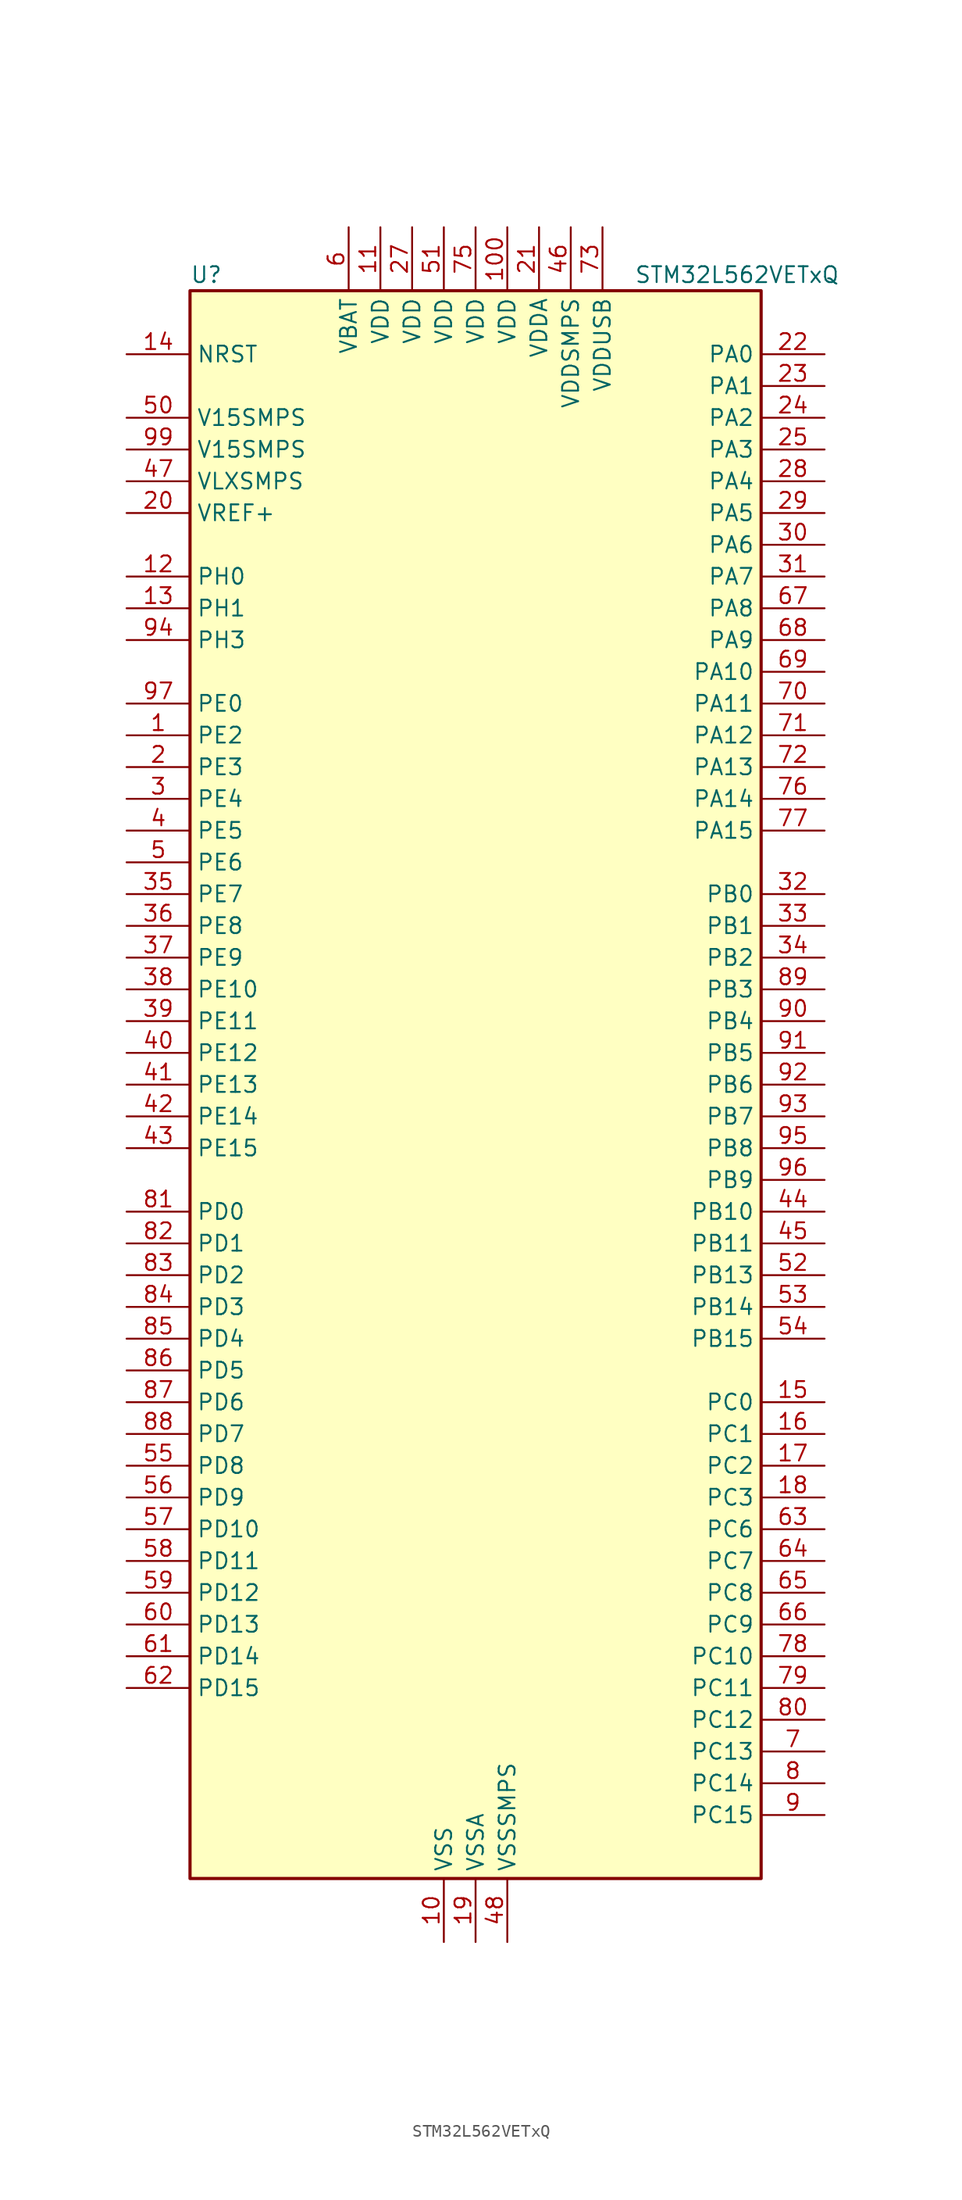
<source format=kicad_sym>
(kicad_symbol_lib
  (version 20241209)
  (generator "kicad_symbol_editor")
  (generator_version "9.0")
  (symbol "STM32L562VETxQ"
    (property "Reference" "U"
      (at -22.86 64.77 0)
      (effects (font (size 1.27 1.27)) (justify left)))
    (property "Value" "STM32L562VETxQ"
      (at 12.7 64.77 0)
      (effects (font (size 1.27 1.27)) (justify left)))
    (symbol "STM32L562VETxQ_0_1"
      (rectangle (start -22.86 -63.5) (end 22.86 63.5) (stroke (width 0.254) (type default)) (fill (type background))))
    (symbol "STM32L562VETxQ_1_1"
      (pin input line (at -27.94 58.42 0) (length 5.08) (name "NRST" (effects (font (size 1.27 1.27)))) (number "14" (effects (font (size 1.27 1.27)))))
      (pin power_in line (at -27.94 53.34 0) (length 5.08) (name "V15SMPS" (effects (font (size 1.27 1.27)))) (number "50" (effects (font (size 1.27 1.27)))))
      (pin power_in line (at -27.94 50.8 0) (length 5.08) (name "V15SMPS" (effects (font (size 1.27 1.27)))) (number "99" (effects (font (size 1.27 1.27)))))
      (pin power_in line (at -27.94 48.26 0) (length 5.08) (name "VLXSMPS" (effects (font (size 1.27 1.27)))) (number "47" (effects (font (size 1.27 1.27)))))
      (pin input line (at -27.94 45.72 0) (length 5.08) (name "VREF+" (effects (font (size 1.27 1.27)))) (number "20" (effects (font (size 1.27 1.27)))) (alternate "VREFBUF_OUT" bidirectional line))
      (pin bidirectional line (at -27.94 40.64 0) (length 5.08) (name "PH0" (effects (font (size 1.27 1.27)))) (number "12" (effects (font (size 1.27 1.27)))) (alternate "RCC_OSC_IN" bidirectional line))
      (pin bidirectional line (at -27.94 38.1 0) (length 5.08) (name "PH1" (effects (font (size 1.27 1.27)))) (number "13" (effects (font (size 1.27 1.27)))) (alternate "RCC_OSC_OUT" bidirectional line))
      (pin bidirectional line (at -27.94 35.56 0) (length 5.08) (name "PH3" (effects (font (size 1.27 1.27)))) (number "94" (effects (font (size 1.27 1.27)))))
      (pin bidirectional line (at -27.94 30.48 0) (length 5.08) (name "PE0" (effects (font (size 1.27 1.27)))) (number "97" (effects (font (size 1.27 1.27)))) (alternate "FMC_NBL0" bidirectional line) (alternate "TIM16_CH1" bidirectional line) (alternate "TIM4_ETR" bidirectional line))
      (pin bidirectional line (at -27.94 27.94 0) (length 5.08) (name "PE2" (effects (font (size 1.27 1.27)))) (number "1" (effects (font (size 1.27 1.27)))) (alternate "DEBUG_TRACECLK" bidirectional line) (alternate "FMC_A23" bidirectional line) (alternate "SAI1_CK1" bidirectional line) (alternate "SAI1_MCLK_A" bidirectional line) (alternate "TIM3_ETR" bidirectional line) (alternate "TSC_G7_IO1" bidirectional line))
      (pin bidirectional line (at -27.94 25.4 0) (length 5.08) (name "PE3" (effects (font (size 1.27 1.27)))) (number "2" (effects (font (size 1.27 1.27)))) (alternate "DEBUG_TRACED0" bidirectional line) (alternate "FMC_A19" bidirectional line) (alternate "OCTOSPI1_DQS" bidirectional line) (alternate "SAI1_SD_B" bidirectional line) (alternate "TIM3_CH1" bidirectional line) (alternate "TSC_G7_IO2" bidirectional line))
      (pin bidirectional line (at -27.94 22.86 0) (length 5.08) (name "PE4" (effects (font (size 1.27 1.27)))) (number "3" (effects (font (size 1.27 1.27)))) (alternate "DEBUG_TRACED1" bidirectional line) (alternate "DFSDM1_DATIN3" bidirectional line) (alternate "FMC_A20" bidirectional line) (alternate "SAI1_D2" bidirectional line) (alternate "SAI1_FS_A" bidirectional line) (alternate "TIM3_CH2" bidirectional line) (alternate "TSC_G7_IO3" bidirectional line))
      (pin bidirectional line (at -27.94 20.32 0) (length 5.08) (name "PE5" (effects (font (size 1.27 1.27)))) (number "4" (effects (font (size 1.27 1.27)))) (alternate "DEBUG_TRACED2" bidirectional line) (alternate "DFSDM1_CKIN3" bidirectional line) (alternate "FMC_A21" bidirectional line) (alternate "SAI1_CK2" bidirectional line) (alternate "SAI1_SCK_A" bidirectional line) (alternate "TIM3_CH3" bidirectional line) (alternate "TSC_G7_IO4" bidirectional line))
      (pin bidirectional line (at -27.94 17.78 0) (length 5.08) (name "PE6" (effects (font (size 1.27 1.27)))) (number "5" (effects (font (size 1.27 1.27)))) (alternate "DEBUG_TRACED3" bidirectional line) (alternate "FMC_A22" bidirectional line) (alternate "PWR_WKUP3" bidirectional line) (alternate "SAI1_D1" bidirectional line) (alternate "SAI1_SD_A" bidirectional line) (alternate "TAMP_IN3" bidirectional line) (alternate "TAMP_OUT6" bidirectional line) (alternate "TIM3_CH4" bidirectional line))
      (pin bidirectional line (at -27.94 15.24 0) (length 5.08) (name "PE7" (effects (font (size 1.27 1.27)))) (number "35" (effects (font (size 1.27 1.27)))) (alternate "DFSDM1_DATIN2" bidirectional line) (alternate "FMC_D4" bidirectional line) (alternate "FMC_DA4" bidirectional line) (alternate "SAI1_SD_B" bidirectional line) (alternate "TIM1_ETR" bidirectional line))
      (pin bidirectional line (at -27.94 12.7 0) (length 5.08) (name "PE8" (effects (font (size 1.27 1.27)))) (number "36" (effects (font (size 1.27 1.27)))) (alternate "DFSDM1_CKIN2" bidirectional line) (alternate "FMC_D5" bidirectional line) (alternate "FMC_DA5" bidirectional line) (alternate "SAI1_SCK_B" bidirectional line) (alternate "TIM1_CH1N" bidirectional line))
      (pin bidirectional line (at -27.94 10.16 0) (length 5.08) (name "PE9" (effects (font (size 1.27 1.27)))) (number "37" (effects (font (size 1.27 1.27)))) (alternate "DAC1_EXTI9" bidirectional line) (alternate "DFSDM1_CKOUT" bidirectional line) (alternate "FMC_D6" bidirectional line) (alternate "FMC_DA6" bidirectional line) (alternate "OCTOSPI1_NCLK" bidirectional line) (alternate "SAI1_FS_B" bidirectional line) (alternate "TIM1_CH1" bidirectional line))
      (pin bidirectional line (at -27.94 7.62 0) (length 5.08) (name "PE10" (effects (font (size 1.27 1.27)))) (number "38" (effects (font (size 1.27 1.27)))) (alternate "FMC_D7" bidirectional line) (alternate "FMC_DA7" bidirectional line) (alternate "OCTOSPI1_CLK" bidirectional line) (alternate "SAI1_MCLK_B" bidirectional line) (alternate "TIM1_CH2N" bidirectional line) (alternate "TSC_G5_IO1" bidirectional line))
      (pin bidirectional line (at -27.94 5.08 0) (length 5.08) (name "PE11" (effects (font (size 1.27 1.27)))) (number "39" (effects (font (size 1.27 1.27)))) (alternate "ADC1_EXTI11" bidirectional line) (alternate "ADC2_EXTI11" bidirectional line) (alternate "FMC_D8" bidirectional line) (alternate "FMC_DA8" bidirectional line) (alternate "OCTOSPI1_NCS" bidirectional line) (alternate "TIM1_CH2" bidirectional line) (alternate "TSC_G5_IO2" bidirectional line))
      (pin bidirectional line (at -27.94 2.54 0) (length 5.08) (name "PE12" (effects (font (size 1.27 1.27)))) (number "40" (effects (font (size 1.27 1.27)))) (alternate "FMC_D9" bidirectional line) (alternate "FMC_DA9" bidirectional line) (alternate "OCTOSPI1_IO0" bidirectional line) (alternate "SPI1_NSS" bidirectional line) (alternate "TIM1_CH3N" bidirectional line) (alternate "TSC_G5_IO3" bidirectional line))
      (pin bidirectional line (at -27.94 0 0) (length 5.08) (name "PE13" (effects (font (size 1.27 1.27)))) (number "41" (effects (font (size 1.27 1.27)))) (alternate "FMC_D10" bidirectional line) (alternate "FMC_DA10" bidirectional line) (alternate "OCTOSPI1_IO1" bidirectional line) (alternate "SPI1_SCK" bidirectional line) (alternate "TIM1_CH3" bidirectional line) (alternate "TSC_G5_IO4" bidirectional line))
      (pin bidirectional line (at -27.94 -2.54 0) (length 5.08) (name "PE14" (effects (font (size 1.27 1.27)))) (number "42" (effects (font (size 1.27 1.27)))) (alternate "FMC_D11" bidirectional line) (alternate "FMC_DA11" bidirectional line) (alternate "OCTOSPI1_IO2" bidirectional line) (alternate "SPI1_MISO" bidirectional line) (alternate "TIM1_BKIN2" bidirectional line) (alternate "TIM1_CH4" bidirectional line))
      (pin bidirectional line (at -27.94 -5.08 0) (length 5.08) (name "PE15" (effects (font (size 1.27 1.27)))) (number "43" (effects (font (size 1.27 1.27)))) (alternate "ADC1_EXTI15" bidirectional line) (alternate "ADC2_EXTI15" bidirectional line) (alternate "FMC_D12" bidirectional line) (alternate "FMC_DA12" bidirectional line) (alternate "OCTOSPI1_IO3" bidirectional line) (alternate "SPI1_MOSI" bidirectional line) (alternate "TIM1_BKIN" bidirectional line))
      (pin bidirectional line (at -27.94 -10.16 0) (length 5.08) (name "PD0" (effects (font (size 1.27 1.27)))) (number "81" (effects (font (size 1.27 1.27)))) (alternate "FDCAN1_RX" bidirectional line) (alternate "FMC_D2" bidirectional line) (alternate "FMC_DA2" bidirectional line) (alternate "SPI2_NSS" bidirectional line))
      (pin bidirectional line (at -27.94 -12.7 0) (length 5.08) (name "PD1" (effects (font (size 1.27 1.27)))) (number "82" (effects (font (size 1.27 1.27)))) (alternate "FDCAN1_TX" bidirectional line) (alternate "FMC_D3" bidirectional line) (alternate "FMC_DA3" bidirectional line) (alternate "SPI2_SCK" bidirectional line))
      (pin bidirectional line (at -27.94 -15.24 0) (length 5.08) (name "PD2" (effects (font (size 1.27 1.27)))) (number "83" (effects (font (size 1.27 1.27)))) (alternate "DEBUG_TRACED2" bidirectional line) (alternate "SDMMC1_CMD" bidirectional line) (alternate "TIM3_ETR" bidirectional line) (alternate "TSC_SYNC" bidirectional line) (alternate "UART5_RX" bidirectional line) (alternate "USART3_DE" bidirectional line) (alternate "USART3_RTS" bidirectional line))
      (pin bidirectional line (at -27.94 -17.78 0) (length 5.08) (name "PD3" (effects (font (size 1.27 1.27)))) (number "84" (effects (font (size 1.27 1.27)))) (alternate "DFSDM1_DATIN0" bidirectional line) (alternate "FMC_CLK" bidirectional line) (alternate "SPI2_MISO" bidirectional line) (alternate "SPI2_SCK" bidirectional line) (alternate "USART2_CTS" bidirectional line) (alternate "USART2_NSS" bidirectional line))
      (pin bidirectional line (at -27.94 -20.32 0) (length 5.08) (name "PD4" (effects (font (size 1.27 1.27)))) (number "85" (effects (font (size 1.27 1.27)))) (alternate "DFSDM1_CKIN0" bidirectional line) (alternate "FMC_NOE" bidirectional line) (alternate "OCTOSPI1_IO4" bidirectional line) (alternate "SPI2_MOSI" bidirectional line) (alternate "USART2_DE" bidirectional line) (alternate "USART2_RTS" bidirectional line))
      (pin bidirectional line (at -27.94 -22.86 0) (length 5.08) (name "PD5" (effects (font (size 1.27 1.27)))) (number "86" (effects (font (size 1.27 1.27)))) (alternate "FMC_NWE" bidirectional line) (alternate "OCTOSPI1_IO5" bidirectional line) (alternate "USART2_TX" bidirectional line))
      (pin bidirectional line (at -27.94 -25.4 0) (length 5.08) (name "PD6" (effects (font (size 1.27 1.27)))) (number "87" (effects (font (size 1.27 1.27)))) (alternate "DFSDM1_DATIN1" bidirectional line) (alternate "FMC_NWAIT" bidirectional line) (alternate "OCTOSPI1_IO6" bidirectional line) (alternate "SAI1_D1" bidirectional line) (alternate "SAI1_SD_A" bidirectional line) (alternate "SPI3_MOSI" bidirectional line) (alternate "USART2_RX" bidirectional line))
      (pin bidirectional line (at -27.94 -27.94 0) (length 5.08) (name "PD7" (effects (font (size 1.27 1.27)))) (number "88" (effects (font (size 1.27 1.27)))) (alternate "DFSDM1_CKIN1" bidirectional line) (alternate "FMC_NCE" bidirectional line) (alternate "FMC_NE1" bidirectional line) (alternate "OCTOSPI1_IO7" bidirectional line) (alternate "USART2_CK" bidirectional line))
      (pin bidirectional line (at -27.94 -30.48 0) (length 5.08) (name "PD8" (effects (font (size 1.27 1.27)))) (number "55" (effects (font (size 1.27 1.27)))) (alternate "FMC_D13" bidirectional line) (alternate "FMC_DA13" bidirectional line) (alternate "USART3_TX" bidirectional line))
      (pin bidirectional line (at -27.94 -33.02 0) (length 5.08) (name "PD9" (effects (font (size 1.27 1.27)))) (number "56" (effects (font (size 1.27 1.27)))) (alternate "DAC1_EXTI9" bidirectional line) (alternate "FMC_D14" bidirectional line) (alternate "FMC_DA14" bidirectional line) (alternate "SAI2_MCLK_A" bidirectional line) (alternate "USART3_RX" bidirectional line))
      (pin bidirectional line (at -27.94 -35.56 0) (length 5.08) (name "PD10" (effects (font (size 1.27 1.27)))) (number "57" (effects (font (size 1.27 1.27)))) (alternate "FMC_D15" bidirectional line) (alternate "FMC_DA15" bidirectional line) (alternate "SAI2_SCK_A" bidirectional line) (alternate "TSC_G6_IO1" bidirectional line) (alternate "USART3_CK" bidirectional line))
      (pin bidirectional line (at -27.94 -38.1 0) (length 5.08) (name "PD11" (effects (font (size 1.27 1.27)))) (number "58" (effects (font (size 1.27 1.27)))) (alternate "ADC1_EXTI11" bidirectional line) (alternate "ADC2_EXTI11" bidirectional line) (alternate "FMC_A16" bidirectional line) (alternate "FMC_CLE" bidirectional line) (alternate "I2C4_SMBA" bidirectional line) (alternate "LPTIM2_ETR" bidirectional line) (alternate "SAI2_SD_A" bidirectional line) (alternate "TSC_G6_IO2" bidirectional line) (alternate "USART3_CTS" bidirectional line) (alternate "USART3_NSS" bidirectional line))
      (pin bidirectional line (at -27.94 -40.64 0) (length 5.08) (name "PD12" (effects (font (size 1.27 1.27)))) (number "59" (effects (font (size 1.27 1.27)))) (alternate "FMC_A17" bidirectional line) (alternate "FMC_ALE" bidirectional line) (alternate "I2C4_SCL" bidirectional line) (alternate "LPTIM2_IN1" bidirectional line) (alternate "SAI2_FS_A" bidirectional line) (alternate "TIM4_CH1" bidirectional line) (alternate "TSC_G6_IO3" bidirectional line) (alternate "USART3_DE" bidirectional line) (alternate "USART3_RTS" bidirectional line))
      (pin bidirectional line (at -27.94 -43.18 0) (length 5.08) (name "PD13" (effects (font (size 1.27 1.27)))) (number "60" (effects (font (size 1.27 1.27)))) (alternate "FMC_A18" bidirectional line) (alternate "I2C4_SDA" bidirectional line) (alternate "LPTIM2_OUT" bidirectional line) (alternate "TIM4_CH2" bidirectional line) (alternate "TSC_G6_IO4" bidirectional line))
      (pin bidirectional line (at -27.94 -45.72 0) (length 5.08) (name "PD14" (effects (font (size 1.27 1.27)))) (number "61" (effects (font (size 1.27 1.27)))) (alternate "FMC_D0" bidirectional line) (alternate "FMC_DA0" bidirectional line) (alternate "TIM4_CH3" bidirectional line))
      (pin bidirectional line (at -27.94 -48.26 0) (length 5.08) (name "PD15" (effects (font (size 1.27 1.27)))) (number "62" (effects (font (size 1.27 1.27)))) (alternate "ADC1_EXTI15" bidirectional line) (alternate "ADC2_EXTI15" bidirectional line) (alternate "FMC_D1" bidirectional line) (alternate "FMC_DA1" bidirectional line) (alternate "TIM4_CH4" bidirectional line))
      (pin power_in line (at -10.16 68.58 270) (length 5.08) (name "VBAT" (effects (font (size 1.27 1.27)))) (number "6" (effects (font (size 1.27 1.27)))))
      (pin power_in line (at -7.62 68.58 270) (length 5.08) (name "VDD" (effects (font (size 1.27 1.27)))) (number "11" (effects (font (size 1.27 1.27)))))
      (pin power_in line (at -5.08 68.58 270) (length 5.08) (name "VDD" (effects (font (size 1.27 1.27)))) (number "27" (effects (font (size 1.27 1.27)))))
      (pin power_in line (at -2.54 68.58 270) (length 5.08) (name "VDD" (effects (font (size 1.27 1.27)))) (number "51" (effects (font (size 1.27 1.27)))))
      (pin power_in line (at -2.54 -68.58 90) (length 5.08) (name "VSS" (effects (font (size 1.27 1.27)))) (number "10" (effects (font (size 1.27 1.27)))))
      (pin passive line (at -2.54 -68.58 90) (length 5.08) (hide yes) (name "VSS" (effects (font (size 1.27 1.27)))) (number "26" (effects (font (size 1.27 1.27)))))
      (pin passive line (at -2.54 -68.58 90) (length 5.08) (hide yes) (name "VSS" (effects (font (size 1.27 1.27)))) (number "49" (effects (font (size 1.27 1.27)))))
      (pin passive line (at -2.54 -68.58 90) (length 5.08) (hide yes) (name "VSS" (effects (font (size 1.27 1.27)))) (number "74" (effects (font (size 1.27 1.27)))))
      (pin passive line (at -2.54 -68.58 90) (length 5.08) (hide yes) (name "VSS" (effects (font (size 1.27 1.27)))) (number "98" (effects (font (size 1.27 1.27)))))
      (pin power_in line (at 0 68.58 270) (length 5.08) (name "VDD" (effects (font (size 1.27 1.27)))) (number "75" (effects (font (size 1.27 1.27)))))
      (pin power_in line (at 0 -68.58 90) (length 5.08) (name "VSSA" (effects (font (size 1.27 1.27)))) (number "19" (effects (font (size 1.27 1.27)))))
      (pin power_in line (at 2.54 68.58 270) (length 5.08) (name "VDD" (effects (font (size 1.27 1.27)))) (number "100" (effects (font (size 1.27 1.27)))))
      (pin power_in line (at 2.54 -68.58 90) (length 5.08) (name "VSSSMPS" (effects (font (size 1.27 1.27)))) (number "48" (effects (font (size 1.27 1.27)))))
      (pin power_in line (at 5.08 68.58 270) (length 5.08) (name "VDDA" (effects (font (size 1.27 1.27)))) (number "21" (effects (font (size 1.27 1.27)))))
      (pin power_in line (at 7.62 68.58 270) (length 5.08) (name "VDDSMPS" (effects (font (size 1.27 1.27)))) (number "46" (effects (font (size 1.27 1.27)))))
      (pin power_in line (at 10.16 68.58 270) (length 5.08) (name "VDDUSB" (effects (font (size 1.27 1.27)))) (number "73" (effects (font (size 1.27 1.27)))))
      (pin bidirectional line (at 27.94 58.42 180) (length 5.08) (name "PA0" (effects (font (size 1.27 1.27)))) (number "22" (effects (font (size 1.27 1.27)))) (alternate "ADC1_IN5" bidirectional line) (alternate "ADC2_IN5" bidirectional line) (alternate "OPAMP1_VINP" bidirectional line) (alternate "PWR_WKUP1" bidirectional line) (alternate "SAI1_EXTCLK" bidirectional line) (alternate "TAMP_IN2" bidirectional line) (alternate "TAMP_OUT1" bidirectional line) (alternate "TIM2_CH1" bidirectional line) (alternate "TIM2_ETR" bidirectional line) (alternate "TIM5_CH1" bidirectional line) (alternate "TIM8_ETR" bidirectional line) (alternate "UART4_TX" bidirectional line) (alternate "USART2_CTS" bidirectional line) (alternate "USART2_NSS" bidirectional line))
      (pin bidirectional line (at 27.94 55.88 180) (length 5.08) (name "PA1" (effects (font (size 1.27 1.27)))) (number "23" (effects (font (size 1.27 1.27)))) (alternate "ADC1_IN6" bidirectional line) (alternate "ADC2_IN6" bidirectional line) (alternate "I2C1_SMBA" bidirectional line) (alternate "OCTOSPI1_DQS" bidirectional line) (alternate "OPAMP1_VINM" bidirectional line) (alternate "SPI1_SCK" bidirectional line) (alternate "TAMP_IN5" bidirectional line) (alternate "TAMP_OUT4" bidirectional line) (alternate "TIM15_CH1N" bidirectional line) (alternate "TIM2_CH2" bidirectional line) (alternate "TIM5_CH2" bidirectional line) (alternate "UART4_RX" bidirectional line) (alternate "USART2_DE" bidirectional line) (alternate "USART2_RTS" bidirectional line))
      (pin bidirectional line (at 27.94 53.34 180) (length 5.08) (name "PA2" (effects (font (size 1.27 1.27)))) (number "24" (effects (font (size 1.27 1.27)))) (alternate "ADC1_IN7" bidirectional line) (alternate "ADC2_IN7" bidirectional line) (alternate "COMP1_INP" bidirectional line) (alternate "LPUART1_TX" bidirectional line) (alternate "OCTOSPI1_NCS" bidirectional line) (alternate "PWR_WKUP4" bidirectional line) (alternate "RCC_LSCO" bidirectional line) (alternate "SAI2_EXTCLK" bidirectional line) (alternate "TIM15_CH1" bidirectional line) (alternate "TIM2_CH3" bidirectional line) (alternate "TIM5_CH3" bidirectional line) (alternate "UCPD1_FRSTX1" bidirectional line) (alternate "USART2_TX" bidirectional line))
      (pin bidirectional line (at 27.94 50.8 180) (length 5.08) (name "PA3" (effects (font (size 1.27 1.27)))) (number "25" (effects (font (size 1.27 1.27)))) (alternate "ADC1_IN8" bidirectional line) (alternate "ADC2_IN8" bidirectional line) (alternate "LPUART1_RX" bidirectional line) (alternate "OCTOSPI1_CLK" bidirectional line) (alternate "OPAMP1_VOUT" bidirectional line) (alternate "SAI1_CK1" bidirectional line) (alternate "SAI1_MCLK_A" bidirectional line) (alternate "TIM15_CH2" bidirectional line) (alternate "TIM2_CH4" bidirectional line) (alternate "TIM5_CH4" bidirectional line) (alternate "USART2_RX" bidirectional line))
      (pin bidirectional line (at 27.94 48.26 180) (length 5.08) (name "PA4" (effects (font (size 1.27 1.27)))) (number "28" (effects (font (size 1.27 1.27)))) (alternate "ADC1_IN9" bidirectional line) (alternate "ADC2_IN9" bidirectional line) (alternate "DAC1_OUT1" bidirectional line) (alternate "LPTIM2_OUT" bidirectional line) (alternate "OCTOSPI1_NCS" bidirectional line) (alternate "SAI1_FS_B" bidirectional line) (alternate "SPI1_NSS" bidirectional line) (alternate "SPI3_NSS" bidirectional line) (alternate "USART2_CK" bidirectional line))
      (pin bidirectional line (at 27.94 45.72 180) (length 5.08) (name "PA5" (effects (font (size 1.27 1.27)))) (number "29" (effects (font (size 1.27 1.27)))) (alternate "ADC1_IN10" bidirectional line) (alternate "ADC2_IN10" bidirectional line) (alternate "DAC1_OUT2" bidirectional line) (alternate "LPTIM2_ETR" bidirectional line) (alternate "SPI1_SCK" bidirectional line) (alternate "TIM2_CH1" bidirectional line) (alternate "TIM2_ETR" bidirectional line) (alternate "TIM8_CH1N" bidirectional line))
      (pin bidirectional line (at 27.94 43.18 180) (length 5.08) (name "PA6" (effects (font (size 1.27 1.27)))) (number "30" (effects (font (size 1.27 1.27)))) (alternate "ADC1_IN11" bidirectional line) (alternate "ADC2_IN11" bidirectional line) (alternate "LPUART1_CTS" bidirectional line) (alternate "OCTOSPI1_IO3" bidirectional line) (alternate "OPAMP2_VINP" bidirectional line) (alternate "SPI1_MISO" bidirectional line) (alternate "TIM16_CH1" bidirectional line) (alternate "TIM1_BKIN" bidirectional line) (alternate "TIM3_CH1" bidirectional line) (alternate "TIM8_BKIN" bidirectional line) (alternate "USART3_CTS" bidirectional line) (alternate "USART3_NSS" bidirectional line))
      (pin bidirectional line (at 27.94 40.64 180) (length 5.08) (name "PA7" (effects (font (size 1.27 1.27)))) (number "31" (effects (font (size 1.27 1.27)))) (alternate "ADC1_IN12" bidirectional line) (alternate "ADC2_IN12" bidirectional line) (alternate "I2C3_SCL" bidirectional line) (alternate "OCTOSPI1_IO2" bidirectional line) (alternate "OPAMP2_VINM" bidirectional line) (alternate "SPI1_MOSI" bidirectional line) (alternate "TIM17_CH1" bidirectional line) (alternate "TIM1_CH1N" bidirectional line) (alternate "TIM3_CH2" bidirectional line) (alternate "TIM8_CH1N" bidirectional line))
      (pin bidirectional line (at 27.94 38.1 180) (length 5.08) (name "PA8" (effects (font (size 1.27 1.27)))) (number "67" (effects (font (size 1.27 1.27)))) (alternate "LPTIM2_OUT" bidirectional line) (alternate "RCC_MCO" bidirectional line) (alternate "SAI1_CK2" bidirectional line) (alternate "SAI1_SCK_A" bidirectional line) (alternate "TIM1_CH1" bidirectional line) (alternate "USART1_CK" bidirectional line))
      (pin bidirectional line (at 27.94 35.56 180) (length 5.08) (name "PA9" (effects (font (size 1.27 1.27)))) (number "68" (effects (font (size 1.27 1.27)))) (alternate "DAC1_EXTI9" bidirectional line) (alternate "SAI1_FS_A" bidirectional line) (alternate "SPI2_SCK" bidirectional line) (alternate "TIM15_BKIN" bidirectional line) (alternate "TIM1_CH2" bidirectional line) (alternate "USART1_TX" bidirectional line))
      (pin bidirectional line (at 27.94 33.02 180) (length 5.08) (name "PA10" (effects (font (size 1.27 1.27)))) (number "69" (effects (font (size 1.27 1.27)))) (alternate "CRS_SYNC" bidirectional line) (alternate "SAI1_D1" bidirectional line) (alternate "SAI1_SD_A" bidirectional line) (alternate "TIM17_BKIN" bidirectional line) (alternate "TIM1_CH3" bidirectional line) (alternate "USART1_RX" bidirectional line))
      (pin bidirectional line (at 27.94 30.48 180) (length 5.08) (name "PA11" (effects (font (size 1.27 1.27)))) (number "70" (effects (font (size 1.27 1.27)))) (alternate "ADC1_EXTI11" bidirectional line) (alternate "ADC2_EXTI11" bidirectional line) (alternate "FDCAN1_RX" bidirectional line) (alternate "SPI1_MISO" bidirectional line) (alternate "TIM1_BKIN2" bidirectional line) (alternate "TIM1_CH4" bidirectional line) (alternate "USART1_CTS" bidirectional line) (alternate "USART1_NSS" bidirectional line) (alternate "USB_DM" bidirectional line))
      (pin bidirectional line (at 27.94 27.94 180) (length 5.08) (name "PA12" (effects (font (size 1.27 1.27)))) (number "71" (effects (font (size 1.27 1.27)))) (alternate "FDCAN1_TX" bidirectional line) (alternate "SPI1_MOSI" bidirectional line) (alternate "TIM1_ETR" bidirectional line) (alternate "USART1_DE" bidirectional line) (alternate "USART1_RTS" bidirectional line) (alternate "USB_DP" bidirectional line))
      (pin bidirectional line (at 27.94 25.4 180) (length 5.08) (name "PA13" (effects (font (size 1.27 1.27)))) (number "72" (effects (font (size 1.27 1.27)))) (alternate "DEBUG_JTMS-SWDIO" bidirectional line) (alternate "IR_OUT" bidirectional line) (alternate "SAI1_SD_B" bidirectional line) (alternate "USB_NOE" bidirectional line))
      (pin bidirectional line (at 27.94 22.86 180) (length 5.08) (name "PA14" (effects (font (size 1.27 1.27)))) (number "76" (effects (font (size 1.27 1.27)))) (alternate "DEBUG_JTCK-SWCLK" bidirectional line) (alternate "I2C1_SMBA" bidirectional line) (alternate "I2C4_SMBA" bidirectional line) (alternate "LPTIM1_OUT" bidirectional line) (alternate "SAI1_FS_B" bidirectional line))
      (pin bidirectional line (at 27.94 20.32 180) (length 5.08) (name "PA15" (effects (font (size 1.27 1.27)))) (number "77" (effects (font (size 1.27 1.27)))) (alternate "ADC1_EXTI15" bidirectional line) (alternate "ADC2_EXTI15" bidirectional line) (alternate "DEBUG_JTDI" bidirectional line) (alternate "SAI2_FS_B" bidirectional line) (alternate "SPI1_NSS" bidirectional line) (alternate "SPI3_NSS" bidirectional line) (alternate "TIM2_CH1" bidirectional line) (alternate "TIM2_ETR" bidirectional line) (alternate "UART4_DE" bidirectional line) (alternate "UART4_RTS" bidirectional line) (alternate "UCPD1_CC1" bidirectional line) (alternate "USART2_RX" bidirectional line) (alternate "USART3_DE" bidirectional line) (alternate "USART3_RTS" bidirectional line))
      (pin bidirectional line (at 27.94 15.24 180) (length 5.08) (name "PB0" (effects (font (size 1.27 1.27)))) (number "32" (effects (font (size 1.27 1.27)))) (alternate "ADC1_IN15" bidirectional line) (alternate "ADC2_IN15" bidirectional line) (alternate "COMP1_OUT" bidirectional line) (alternate "OCTOSPI1_IO1" bidirectional line) (alternate "OPAMP2_VOUT" bidirectional line) (alternate "SAI1_EXTCLK" bidirectional line) (alternate "SPI1_NSS" bidirectional line) (alternate "TIM1_CH2N" bidirectional line) (alternate "TIM3_CH3" bidirectional line) (alternate "TIM8_CH2N" bidirectional line) (alternate "USART3_CK" bidirectional line))
      (pin bidirectional line (at 27.94 12.7 180) (length 5.08) (name "PB1" (effects (font (size 1.27 1.27)))) (number "33" (effects (font (size 1.27 1.27)))) (alternate "ADC1_IN16" bidirectional line) (alternate "ADC2_IN16" bidirectional line) (alternate "COMP1_INM" bidirectional line) (alternate "DFSDM1_DATIN0" bidirectional line) (alternate "LPTIM2_IN1" bidirectional line) (alternate "LPUART1_DE" bidirectional line) (alternate "LPUART1_RTS" bidirectional line) (alternate "OCTOSPI1_IO0" bidirectional line) (alternate "TIM1_CH3N" bidirectional line) (alternate "TIM3_CH4" bidirectional line) (alternate "TIM8_CH3N" bidirectional line) (alternate "USART3_DE" bidirectional line) (alternate "USART3_RTS" bidirectional line))
      (pin bidirectional line (at 27.94 10.16 180) (length 5.08) (name "PB2" (effects (font (size 1.27 1.27)))) (number "34" (effects (font (size 1.27 1.27)))) (alternate "COMP1_INP" bidirectional line) (alternate "DFSDM1_CKIN0" bidirectional line) (alternate "I2C3_SMBA" bidirectional line) (alternate "LPTIM1_OUT" bidirectional line) (alternate "OCTOSPI1_DQS" bidirectional line) (alternate "RTC_OUT2" bidirectional line) (alternate "UCPD1_FRSTX1" bidirectional line))
      (pin bidirectional line (at 27.94 7.62 180) (length 5.08) (name "PB3" (effects (font (size 1.27 1.27)))) (number "89" (effects (font (size 1.27 1.27)))) (alternate "COMP2_INM" bidirectional line) (alternate "CRS_SYNC" bidirectional line) (alternate "DEBUG_JTDO-SWO" bidirectional line) (alternate "SAI1_SCK_B" bidirectional line) (alternate "SPI1_SCK" bidirectional line) (alternate "SPI3_SCK" bidirectional line) (alternate "TIM2_CH2" bidirectional line) (alternate "USART1_DE" bidirectional line) (alternate "USART1_RTS" bidirectional line))
      (pin bidirectional line (at 27.94 5.08 180) (length 5.08) (name "PB4" (effects (font (size 1.27 1.27)))) (number "90" (effects (font (size 1.27 1.27)))) (alternate "COMP2_INP" bidirectional line) (alternate "DEBUG_JTRST" bidirectional line) (alternate "I2C3_SDA" bidirectional line) (alternate "SAI1_MCLK_B" bidirectional line) (alternate "SPI1_MISO" bidirectional line) (alternate "SPI3_MISO" bidirectional line) (alternate "TIM17_BKIN" bidirectional line) (alternate "TIM3_CH1" bidirectional line) (alternate "TSC_G2_IO1" bidirectional line) (alternate "UART5_DE" bidirectional line) (alternate "UART5_RTS" bidirectional line) (alternate "USART1_CTS" bidirectional line) (alternate "USART1_NSS" bidirectional line))
      (pin bidirectional line (at 27.94 2.54 180) (length 5.08) (name "PB5" (effects (font (size 1.27 1.27)))) (number "91" (effects (font (size 1.27 1.27)))) (alternate "COMP2_OUT" bidirectional line) (alternate "I2C1_SMBA" bidirectional line) (alternate "LPTIM1_IN1" bidirectional line) (alternate "OCTOSPI1_NCLK" bidirectional line) (alternate "SAI1_SD_B" bidirectional line) (alternate "SPI1_MOSI" bidirectional line) (alternate "SPI3_MOSI" bidirectional line) (alternate "TIM16_BKIN" bidirectional line) (alternate "TIM3_CH2" bidirectional line) (alternate "TSC_G2_IO2" bidirectional line) (alternate "UART5_CTS" bidirectional line) (alternate "UCPD1_DBCC1" bidirectional line) (alternate "USART1_CK" bidirectional line))
      (pin bidirectional line (at 27.94 0 180) (length 5.08) (name "PB6" (effects (font (size 1.27 1.27)))) (number "92" (effects (font (size 1.27 1.27)))) (alternate "COMP2_INP" bidirectional line) (alternate "I2C1_SCL" bidirectional line) (alternate "I2C4_SCL" bidirectional line) (alternate "LPTIM1_ETR" bidirectional line) (alternate "SAI1_FS_B" bidirectional line) (alternate "TIM16_CH1N" bidirectional line) (alternate "TIM4_CH1" bidirectional line) (alternate "TIM8_BKIN2" bidirectional line) (alternate "TSC_G2_IO3" bidirectional line) (alternate "USART1_TX" bidirectional line))
      (pin bidirectional line (at 27.94 -2.54 180) (length 5.08) (name "PB7" (effects (font (size 1.27 1.27)))) (number "93" (effects (font (size 1.27 1.27)))) (alternate "COMP2_INM" bidirectional line) (alternate "FMC_NL" bidirectional line) (alternate "I2C1_SDA" bidirectional line) (alternate "I2C4_SDA" bidirectional line) (alternate "LPTIM1_IN2" bidirectional line) (alternate "PWR_PVD_IN" bidirectional line) (alternate "TIM17_CH1N" bidirectional line) (alternate "TIM4_CH2" bidirectional line) (alternate "TIM8_BKIN" bidirectional line) (alternate "TSC_G2_IO4" bidirectional line) (alternate "UART4_CTS" bidirectional line) (alternate "USART1_RX" bidirectional line))
      (pin bidirectional line (at 27.94 -5.08 180) (length 5.08) (name "PB8" (effects (font (size 1.27 1.27)))) (number "95" (effects (font (size 1.27 1.27)))) (alternate "DFSDM1_CKOUT" bidirectional line) (alternate "FDCAN1_RX" bidirectional line) (alternate "I2C1_SCL" bidirectional line) (alternate "SAI1_CK1" bidirectional line) (alternate "SAI1_MCLK_A" bidirectional line) (alternate "SDMMC1_CKIN" bidirectional line) (alternate "SDMMC1_D4" bidirectional line) (alternate "TIM16_CH1" bidirectional line) (alternate "TIM4_CH3" bidirectional line))
      (pin bidirectional line (at 27.94 -7.62 180) (length 5.08) (name "PB9" (effects (font (size 1.27 1.27)))) (number "96" (effects (font (size 1.27 1.27)))) (alternate "DAC1_EXTI9" bidirectional line) (alternate "FDCAN1_TX" bidirectional line) (alternate "I2C1_SDA" bidirectional line) (alternate "IR_OUT" bidirectional line) (alternate "SAI1_D2" bidirectional line) (alternate "SAI1_FS_A" bidirectional line) (alternate "SDMMC1_CDIR" bidirectional line) (alternate "SDMMC1_D5" bidirectional line) (alternate "SPI2_NSS" bidirectional line) (alternate "TIM17_CH1" bidirectional line) (alternate "TIM4_CH4" bidirectional line))
      (pin bidirectional line (at 27.94 -10.16 180) (length 5.08) (name "PB10" (effects (font (size 1.27 1.27)))) (number "44" (effects (font (size 1.27 1.27)))) (alternate "COMP1_OUT" bidirectional line) (alternate "I2C2_SCL" bidirectional line) (alternate "I2C4_SCL" bidirectional line) (alternate "LPTIM3_OUT" bidirectional line) (alternate "LPUART1_RX" bidirectional line) (alternate "OCTOSPI1_CLK" bidirectional line) (alternate "SAI1_SCK_A" bidirectional line) (alternate "SPI2_SCK" bidirectional line) (alternate "TIM2_CH3" bidirectional line) (alternate "TSC_SYNC" bidirectional line) (alternate "USART3_TX" bidirectional line))
      (pin bidirectional line (at 27.94 -12.7 180) (length 5.08) (name "PB11" (effects (font (size 1.27 1.27)))) (number "45" (effects (font (size 1.27 1.27)))) (alternate "ADC1_EXTI11" bidirectional line) (alternate "ADC2_EXTI11" bidirectional line) (alternate "COMP2_OUT" bidirectional line) (alternate "I2C2_SDA" bidirectional line) (alternate "I2C4_SDA" bidirectional line) (alternate "LPUART1_TX" bidirectional line) (alternate "OCTOSPI1_NCS" bidirectional line) (alternate "TIM2_CH4" bidirectional line) (alternate "USART3_RX" bidirectional line))
      (pin bidirectional line (at 27.94 -15.24 180) (length 5.08) (name "PB13" (effects (font (size 1.27 1.27)))) (number "52" (effects (font (size 1.27 1.27)))) (alternate "DFSDM1_CKIN1" bidirectional line) (alternate "I2C2_SCL" bidirectional line) (alternate "LPTIM3_IN1" bidirectional line) (alternate "LPUART1_CTS" bidirectional line) (alternate "SAI2_SCK_A" bidirectional line) (alternate "SPI2_SCK" bidirectional line) (alternate "TIM15_CH1N" bidirectional line) (alternate "TIM1_CH1N" bidirectional line) (alternate "TSC_G1_IO2" bidirectional line) (alternate "UCPD1_FRSTX2" bidirectional line) (alternate "USART3_CTS" bidirectional line) (alternate "USART3_NSS" bidirectional line))
      (pin bidirectional line (at 27.94 -17.78 180) (length 5.08) (name "PB14" (effects (font (size 1.27 1.27)))) (number "53" (effects (font (size 1.27 1.27)))) (alternate "DFSDM1_DATIN2" bidirectional line) (alternate "I2C2_SDA" bidirectional line) (alternate "LPTIM3_ETR" bidirectional line) (alternate "SAI2_MCLK_A" bidirectional line) (alternate "SPI2_MISO" bidirectional line) (alternate "TIM15_CH1" bidirectional line) (alternate "TIM1_CH2N" bidirectional line) (alternate "TIM8_CH2N" bidirectional line) (alternate "TSC_G1_IO3" bidirectional line) (alternate "UCPD1_DBCC2" bidirectional line) (alternate "USART3_DE" bidirectional line) (alternate "USART3_RTS" bidirectional line))
      (pin bidirectional line (at 27.94 -20.32 180) (length 5.08) (name "PB15" (effects (font (size 1.27 1.27)))) (number "54" (effects (font (size 1.27 1.27)))) (alternate "ADC1_EXTI15" bidirectional line) (alternate "ADC2_EXTI15" bidirectional line) (alternate "DFSDM1_CKIN2" bidirectional line) (alternate "RTC_REFIN" bidirectional line) (alternate "SAI2_SD_A" bidirectional line) (alternate "SPI2_MOSI" bidirectional line) (alternate "TIM15_CH2" bidirectional line) (alternate "TIM1_CH3N" bidirectional line) (alternate "TIM8_CH3N" bidirectional line) (alternate "UCPD1_CC2" bidirectional line))
      (pin bidirectional line (at 27.94 -25.4 180) (length 5.08) (name "PC0" (effects (font (size 1.27 1.27)))) (number "15" (effects (font (size 1.27 1.27)))) (alternate "ADC1_IN1" bidirectional line) (alternate "ADC2_IN1" bidirectional line) (alternate "I2C3_SCL" bidirectional line) (alternate "LPTIM1_IN1" bidirectional line) (alternate "LPTIM2_IN1" bidirectional line) (alternate "LPUART1_RX" bidirectional line) (alternate "OCTOSPI1_IO7" bidirectional line) (alternate "SAI2_FS_A" bidirectional line) (alternate "SDMMC1_D5" bidirectional line))
      (pin bidirectional line (at 27.94 -27.94 180) (length 5.08) (name "PC1" (effects (font (size 1.27 1.27)))) (number "16" (effects (font (size 1.27 1.27)))) (alternate "ADC1_IN2" bidirectional line) (alternate "ADC2_IN2" bidirectional line) (alternate "DEBUG_TRACED0" bidirectional line) (alternate "I2C3_SDA" bidirectional line) (alternate "LPTIM1_OUT" bidirectional line) (alternate "LPUART1_TX" bidirectional line) (alternate "OCTOSPI1_IO4" bidirectional line) (alternate "SAI1_SD_A" bidirectional line) (alternate "SPI2_MOSI" bidirectional line))
      (pin bidirectional line (at 27.94 -30.48 180) (length 5.08) (name "PC2" (effects (font (size 1.27 1.27)))) (number "17" (effects (font (size 1.27 1.27)))) (alternate "ADC1_IN3" bidirectional line) (alternate "ADC2_IN3" bidirectional line) (alternate "DFSDM1_CKOUT" bidirectional line) (alternate "LPTIM1_IN2" bidirectional line) (alternate "OCTOSPI1_IO5" bidirectional line) (alternate "SPI2_MISO" bidirectional line))
      (pin bidirectional line (at 27.94 -33.02 180) (length 5.08) (name "PC3" (effects (font (size 1.27 1.27)))) (number "18" (effects (font (size 1.27 1.27)))) (alternate "ADC1_IN4" bidirectional line) (alternate "ADC2_IN4" bidirectional line) (alternate "LPTIM1_ETR" bidirectional line) (alternate "LPTIM2_ETR" bidirectional line) (alternate "LPTIM3_OUT" bidirectional line) (alternate "OCTOSPI1_IO6" bidirectional line) (alternate "SAI1_D1" bidirectional line) (alternate "SAI1_SD_A" bidirectional line) (alternate "SPI2_MOSI" bidirectional line))
      (pin bidirectional line (at 27.94 -35.56 180) (length 5.08) (name "PC6" (effects (font (size 1.27 1.27)))) (number "63" (effects (font (size 1.27 1.27)))) (alternate "DFSDM1_CKIN3" bidirectional line) (alternate "SAI2_MCLK_A" bidirectional line) (alternate "SDMMC1_D0DIR" bidirectional line) (alternate "SDMMC1_D6" bidirectional line) (alternate "TIM3_CH1" bidirectional line) (alternate "TIM8_CH1" bidirectional line) (alternate "TSC_G4_IO1" bidirectional line))
      (pin bidirectional line (at 27.94 -38.1 180) (length 5.08) (name "PC7" (effects (font (size 1.27 1.27)))) (number "64" (effects (font (size 1.27 1.27)))) (alternate "DFSDM1_DATIN3" bidirectional line) (alternate "SAI2_MCLK_B" bidirectional line) (alternate "SDMMC1_D123DIR" bidirectional line) (alternate "SDMMC1_D7" bidirectional line) (alternate "TIM3_CH2" bidirectional line) (alternate "TIM8_CH2" bidirectional line) (alternate "TSC_G4_IO2" bidirectional line))
      (pin bidirectional line (at 27.94 -40.64 180) (length 5.08) (name "PC8" (effects (font (size 1.27 1.27)))) (number "65" (effects (font (size 1.27 1.27)))) (alternate "SDMMC1_D0" bidirectional line) (alternate "TIM3_CH3" bidirectional line) (alternate "TIM8_CH3" bidirectional line) (alternate "TSC_G4_IO3" bidirectional line))
      (pin bidirectional line (at 27.94 -43.18 180) (length 5.08) (name "PC9" (effects (font (size 1.27 1.27)))) (number "66" (effects (font (size 1.27 1.27)))) (alternate "DAC1_EXTI9" bidirectional line) (alternate "DEBUG_TRACED0" bidirectional line) (alternate "SAI2_EXTCLK" bidirectional line) (alternate "SDMMC1_D1" bidirectional line) (alternate "TIM3_CH4" bidirectional line) (alternate "TIM8_BKIN2" bidirectional line) (alternate "TIM8_CH4" bidirectional line) (alternate "TSC_G4_IO4" bidirectional line) (alternate "USB_NOE" bidirectional line))
      (pin bidirectional line (at 27.94 -45.72 180) (length 5.08) (name "PC10" (effects (font (size 1.27 1.27)))) (number "78" (effects (font (size 1.27 1.27)))) (alternate "DEBUG_TRACED1" bidirectional line) (alternate "LPTIM3_ETR" bidirectional line) (alternate "SAI2_SCK_B" bidirectional line) (alternate "SDMMC1_D2" bidirectional line) (alternate "SPI3_SCK" bidirectional line) (alternate "TSC_G3_IO2" bidirectional line) (alternate "UART4_TX" bidirectional line) (alternate "USART3_TX" bidirectional line))
      (pin bidirectional line (at 27.94 -48.26 180) (length 5.08) (name "PC11" (effects (font (size 1.27 1.27)))) (number "79" (effects (font (size 1.27 1.27)))) (alternate "ADC1_EXTI11" bidirectional line) (alternate "ADC2_EXTI11" bidirectional line) (alternate "LPTIM3_IN1" bidirectional line) (alternate "OCTOSPI1_NCS" bidirectional line) (alternate "SAI2_MCLK_B" bidirectional line) (alternate "SDMMC1_D3" bidirectional line) (alternate "SPI3_MISO" bidirectional line) (alternate "TSC_G3_IO3" bidirectional line) (alternate "UART4_RX" bidirectional line) (alternate "UCPD1_FRSTX2" bidirectional line) (alternate "USART3_RX" bidirectional line))
      (pin bidirectional line (at 27.94 -50.8 180) (length 5.08) (name "PC12" (effects (font (size 1.27 1.27)))) (number "80" (effects (font (size 1.27 1.27)))) (alternate "DEBUG_TRACED3" bidirectional line) (alternate "SAI2_SD_B" bidirectional line) (alternate "SDMMC1_CK" bidirectional line) (alternate "SPI3_MOSI" bidirectional line) (alternate "TSC_G3_IO4" bidirectional line) (alternate "UART5_TX" bidirectional line) (alternate "USART3_CK" bidirectional line))
      (pin bidirectional line (at 27.94 -53.34 180) (length 5.08) (name "PC13" (effects (font (size 1.27 1.27)))) (number "7" (effects (font (size 1.27 1.27)))) (alternate "PWR_WKUP2" bidirectional line) (alternate "RTC_OUT1" bidirectional line) (alternate "RTC_TS" bidirectional line) (alternate "TAMP_IN1" bidirectional line) (alternate "TAMP_OUT2" bidirectional line))
      (pin bidirectional line (at 27.94 -55.88 180) (length 5.08) (name "PC14" (effects (font (size 1.27 1.27)))) (number "8" (effects (font (size 1.27 1.27)))) (alternate "RCC_OSC32_IN" bidirectional line))
      (pin bidirectional line (at 27.94 -58.42 180) (length 5.08) (name "PC15" (effects (font (size 1.27 1.27)))) (number "9" (effects (font (size 1.27 1.27)))) (alternate "ADC1_EXTI15" bidirectional line) (alternate "ADC2_EXTI15" bidirectional line) (alternate "RCC_OSC32_OUT" bidirectional line)))))
</source>
